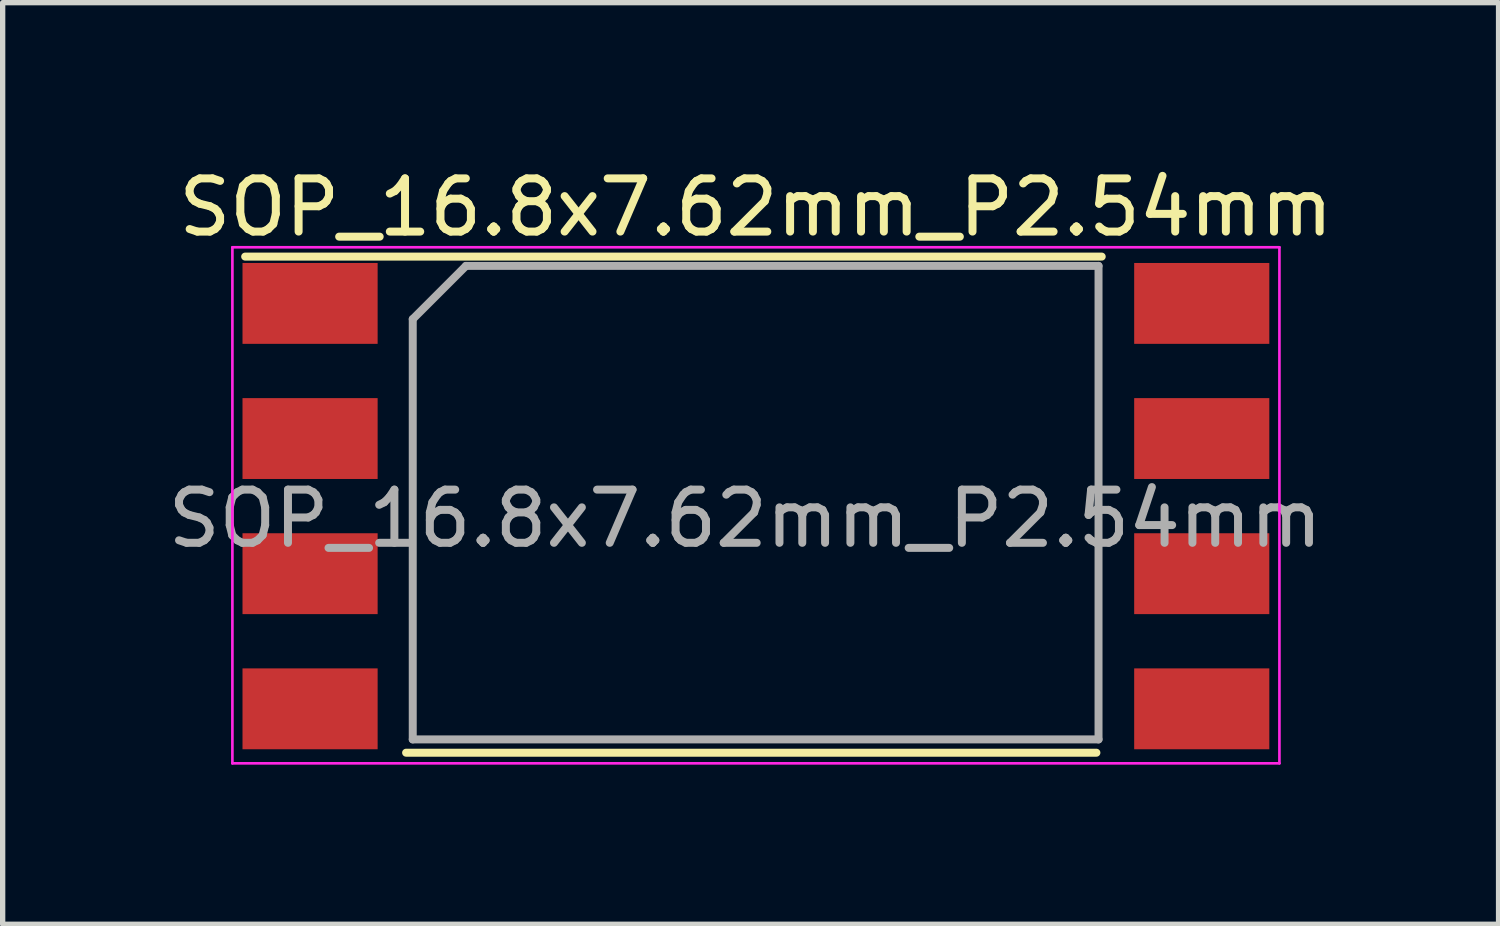
<source format=kicad_pcb>
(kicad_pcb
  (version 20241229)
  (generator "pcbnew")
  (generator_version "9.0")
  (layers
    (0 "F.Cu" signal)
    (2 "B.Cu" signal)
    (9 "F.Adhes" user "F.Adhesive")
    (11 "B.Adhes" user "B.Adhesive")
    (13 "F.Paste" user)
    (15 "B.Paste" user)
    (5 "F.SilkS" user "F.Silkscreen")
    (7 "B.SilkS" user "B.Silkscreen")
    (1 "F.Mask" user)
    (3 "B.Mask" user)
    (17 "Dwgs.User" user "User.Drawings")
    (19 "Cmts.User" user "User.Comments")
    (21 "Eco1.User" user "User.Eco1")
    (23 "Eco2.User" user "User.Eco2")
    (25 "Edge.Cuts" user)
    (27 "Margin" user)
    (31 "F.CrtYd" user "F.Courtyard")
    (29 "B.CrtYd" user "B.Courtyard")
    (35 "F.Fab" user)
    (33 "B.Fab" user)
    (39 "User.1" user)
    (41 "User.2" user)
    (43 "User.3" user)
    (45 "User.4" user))
  (footprint "SOP_16.8x7.62mm_P2.54mm"
    (layer "F.Cu")
    (at 11.158 7.098)
    (property "Reference" "SOP_16.8x7.62mm_P2.54mm" (at 0 -6.25 0) (layer "F.SilkS") (effects (font (size 1 1) (thickness 0.15))))
    (attr smd)
    (fp_line (start -9.6 -5.325) (end 6.5 -5.325) (stroke (width 0.15) (type solid)) (layer "F.SilkS"))
    (fp_line (start -6.575 4) (end 6.4 4) (stroke (width 0.15) (type solid)) (layer "F.SilkS"))
    (fp_line (start -9.84 -5.5) (end -9.84 4.2) (stroke (width 0.05) (type solid)) (layer "F.CrtYd"))
    (fp_line (start -9.84 -5.5) (end 9.84 -5.5) (stroke (width 0.05) (type solid)) (layer "F.CrtYd"))
    (fp_line (start -9.84 4.2) (end 9.84 4.2) (stroke (width 0.05) (type solid)) (layer "F.CrtYd"))
    (fp_line (start 9.84 -5.5) (end 9.84 4.2) (stroke (width 0.05) (type solid)) (layer "F.CrtYd"))
    (fp_line (start -6.45 -4.15) (end -5.45 -5.15) (stroke (width 0.15) (type solid)) (layer "F.Fab"))
    (fp_line (start -6.45 3.75) (end -6.45 -4.15) (stroke (width 0.15) (type solid)) (layer "F.Fab"))
    (fp_line (start -5.45 -5.15) (end 6.44 -5.15) (stroke (width 0.15) (type solid)) (layer "F.Fab"))
    (fp_line (start 6.44 -5.15) (end 6.44 3.75) (stroke (width 0.15) (type solid)) (layer "F.Fab"))
    (fp_line (start 6.44 3.75) (end -6.45 3.75) (stroke (width 0.15) (type solid)) (layer "F.Fab"))
    (fp_text user "${REFERENCE}" (at -0.2 -0.4 0) (layer "F.Fab") (effects (font (size 1 1) (thickness 0.15))))
    (pad "1" smd rect (at -8.38 -4.445) (size 2.54 1.52) (layers "F.Cu" "F.Mask" "F.Paste"))
    (pad "2" smd rect (at -8.38 -1.905) (size 2.54 1.52) (layers "F.Cu" "F.Mask" "F.Paste"))
    (pad "3" smd rect (at -8.38 0.635) (size 2.54 1.52) (layers "F.Cu" "F.Mask" "F.Paste"))
    (pad "4" smd rect (at -8.38 3.175) (size 2.54 1.52) (layers "F.Cu" "F.Mask" "F.Paste"))
    (pad "5" smd rect (at 8.38 3.175) (size 2.54 1.52) (layers "F.Cu" "F.Mask" "F.Paste"))
    (pad "6" smd rect (at 8.38 0.635) (size 2.54 1.52) (layers "F.Cu" "F.Mask" "F.Paste"))
    (pad "7" smd rect (at 8.38 -1.905) (size 2.54 1.52) (layers "F.Cu" "F.Mask" "F.Paste"))
    (pad "8" smd rect (at 8.38 -4.445) (size 2.54 1.52) (layers "F.Cu" "F.Mask" "F.Paste")))
  (gr_rect
    (start -3 -3)
    (end 25.117 14.323)
    (stroke (width 0.1) (type default))
    (fill no)
    (layer "Edge.Cuts")))
</source>
